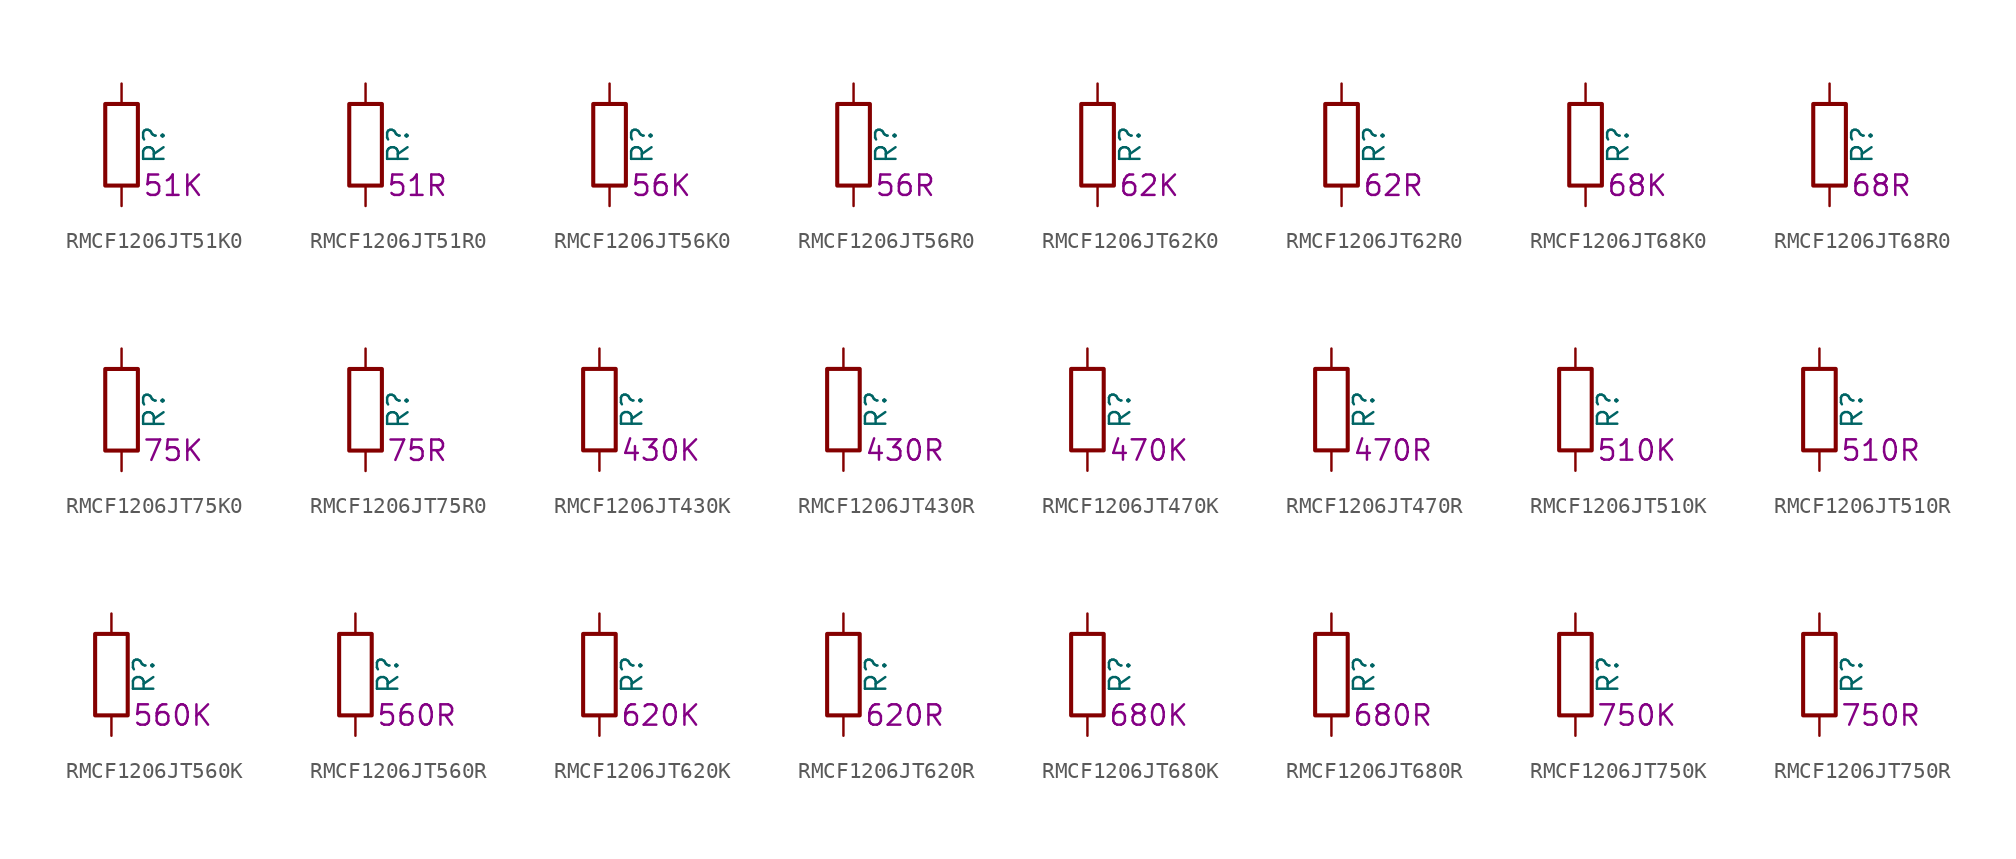
<source format=kicad_sym>
(kicad_symbol_lib
  (version 20220914)
  (generator kicad_symbol_editor)
  (symbol "RMCF1206JT51K0"
    (pin_numbers hide)
    (pin_names
      (offset 0))
    (property "Reference" "R"
      (at 2.032 0 90)
      (effects (font (size 1.27 1.27))))
    (property "Resistance" "51K"
      (at 1.27 -2.54 0)
      (effects (font (size 1.27 1.27)) (justify left)))
    (symbol "RMCF1206JT51K0_0_1"
      (rectangle (start -1.016 -2.54) (end 1.016 2.54) (stroke (width 0.254) (type default)) (fill (type none))))
    (symbol "RMCF1206JT51K0_1_1"
      (pin passive line (at 0 3.81 270) (length 1.27) (name "~" (effects (font (size 1.27 1.27)))) (number "1" (effects (font (size 1.27 1.27)))))
      (pin passive line (at 0 -3.81 90) (length 1.27) (name "~" (effects (font (size 1.27 1.27)))) (number "2" (effects (font (size 1.27 1.27)))))))
  (symbol "RMCF1206JT51R0"
    (pin_numbers hide)
    (pin_names
      (offset 0))
    (property "Reference" "R"
      (at 2.032 0 90)
      (effects (font (size 1.27 1.27))))
    (property "Resistance" "51R"
      (at 1.27 -2.54 0)
      (effects (font (size 1.27 1.27)) (justify left)))
    (symbol "RMCF1206JT51R0_0_1"
      (rectangle (start -1.016 -2.54) (end 1.016 2.54) (stroke (width 0.254) (type default)) (fill (type none))))
    (symbol "RMCF1206JT51R0_1_1"
      (pin passive line (at 0 3.81 270) (length 1.27) (name "~" (effects (font (size 1.27 1.27)))) (number "1" (effects (font (size 1.27 1.27)))))
      (pin passive line (at 0 -3.81 90) (length 1.27) (name "~" (effects (font (size 1.27 1.27)))) (number "2" (effects (font (size 1.27 1.27)))))))
  (symbol "RMCF1206JT56K0"
    (pin_numbers hide)
    (pin_names
      (offset 0))
    (property "Reference" "R"
      (at 2.032 0 90)
      (effects (font (size 1.27 1.27))))
    (property "Resistance" "56K"
      (at 1.27 -2.54 0)
      (effects (font (size 1.27 1.27)) (justify left)))
    (symbol "RMCF1206JT56K0_0_1"
      (rectangle (start -1.016 -2.54) (end 1.016 2.54) (stroke (width 0.254) (type default)) (fill (type none))))
    (symbol "RMCF1206JT56K0_1_1"
      (pin passive line (at 0 3.81 270) (length 1.27) (name "~" (effects (font (size 1.27 1.27)))) (number "1" (effects (font (size 1.27 1.27)))))
      (pin passive line (at 0 -3.81 90) (length 1.27) (name "~" (effects (font (size 1.27 1.27)))) (number "2" (effects (font (size 1.27 1.27)))))))
  (symbol "RMCF1206JT56R0"
    (pin_numbers hide)
    (pin_names
      (offset 0))
    (property "Reference" "R"
      (at 2.032 0 90)
      (effects (font (size 1.27 1.27))))
    (property "Resistance" "56R"
      (at 1.27 -2.54 0)
      (effects (font (size 1.27 1.27)) (justify left)))
    (symbol "RMCF1206JT56R0_0_1"
      (rectangle (start -1.016 -2.54) (end 1.016 2.54) (stroke (width 0.254) (type default)) (fill (type none))))
    (symbol "RMCF1206JT56R0_1_1"
      (pin passive line (at 0 3.81 270) (length 1.27) (name "~" (effects (font (size 1.27 1.27)))) (number "1" (effects (font (size 1.27 1.27)))))
      (pin passive line (at 0 -3.81 90) (length 1.27) (name "~" (effects (font (size 1.27 1.27)))) (number "2" (effects (font (size 1.27 1.27)))))))
  (symbol "RMCF1206JT62K0"
    (pin_numbers hide)
    (pin_names
      (offset 0))
    (property "Reference" "R"
      (at 2.032 0 90)
      (effects (font (size 1.27 1.27))))
    (property "Resistance" "62K"
      (at 1.27 -2.54 0)
      (effects (font (size 1.27 1.27)) (justify left)))
    (symbol "RMCF1206JT62K0_0_1"
      (rectangle (start -1.016 -2.54) (end 1.016 2.54) (stroke (width 0.254) (type default)) (fill (type none))))
    (symbol "RMCF1206JT62K0_1_1"
      (pin passive line (at 0 3.81 270) (length 1.27) (name "~" (effects (font (size 1.27 1.27)))) (number "1" (effects (font (size 1.27 1.27)))))
      (pin passive line (at 0 -3.81 90) (length 1.27) (name "~" (effects (font (size 1.27 1.27)))) (number "2" (effects (font (size 1.27 1.27)))))))
  (symbol "RMCF1206JT62R0"
    (pin_numbers hide)
    (pin_names
      (offset 0))
    (property "Reference" "R"
      (at 2.032 0 90)
      (effects (font (size 1.27 1.27))))
    (property "Resistance" "62R"
      (at 1.27 -2.54 0)
      (effects (font (size 1.27 1.27)) (justify left)))
    (symbol "RMCF1206JT62R0_0_1"
      (rectangle (start -1.016 -2.54) (end 1.016 2.54) (stroke (width 0.254) (type default)) (fill (type none))))
    (symbol "RMCF1206JT62R0_1_1"
      (pin passive line (at 0 3.81 270) (length 1.27) (name "~" (effects (font (size 1.27 1.27)))) (number "1" (effects (font (size 1.27 1.27)))))
      (pin passive line (at 0 -3.81 90) (length 1.27) (name "~" (effects (font (size 1.27 1.27)))) (number "2" (effects (font (size 1.27 1.27)))))))
  (symbol "RMCF1206JT68K0"
    (pin_numbers hide)
    (pin_names
      (offset 0))
    (property "Reference" "R"
      (at 2.032 0 90)
      (effects (font (size 1.27 1.27))))
    (property "Resistance" "68K"
      (at 1.27 -2.54 0)
      (effects (font (size 1.27 1.27)) (justify left)))
    (symbol "RMCF1206JT68K0_0_1"
      (rectangle (start -1.016 -2.54) (end 1.016 2.54) (stroke (width 0.254) (type default)) (fill (type none))))
    (symbol "RMCF1206JT68K0_1_1"
      (pin passive line (at 0 3.81 270) (length 1.27) (name "~" (effects (font (size 1.27 1.27)))) (number "1" (effects (font (size 1.27 1.27)))))
      (pin passive line (at 0 -3.81 90) (length 1.27) (name "~" (effects (font (size 1.27 1.27)))) (number "2" (effects (font (size 1.27 1.27)))))))
  (symbol "RMCF1206JT68R0"
    (pin_numbers hide)
    (pin_names
      (offset 0))
    (property "Reference" "R"
      (at 2.032 0 90)
      (effects (font (size 1.27 1.27))))
    (property "Resistance" "68R"
      (at 1.27 -2.54 0)
      (effects (font (size 1.27 1.27)) (justify left)))
    (symbol "RMCF1206JT68R0_0_1"
      (rectangle (start -1.016 -2.54) (end 1.016 2.54) (stroke (width 0.254) (type default)) (fill (type none))))
    (symbol "RMCF1206JT68R0_1_1"
      (pin passive line (at 0 3.81 270) (length 1.27) (name "~" (effects (font (size 1.27 1.27)))) (number "1" (effects (font (size 1.27 1.27)))))
      (pin passive line (at 0 -3.81 90) (length 1.27) (name "~" (effects (font (size 1.27 1.27)))) (number "2" (effects (font (size 1.27 1.27)))))))
  (symbol "RMCF1206JT75K0"
    (pin_numbers hide)
    (pin_names
      (offset 0))
    (property "Reference" "R"
      (at 2.032 0 90)
      (effects (font (size 1.27 1.27))))
    (property "Resistance" "75K"
      (at 1.27 -2.54 0)
      (effects (font (size 1.27 1.27)) (justify left)))
    (symbol "RMCF1206JT75K0_0_1"
      (rectangle (start -1.016 -2.54) (end 1.016 2.54) (stroke (width 0.254) (type default)) (fill (type none))))
    (symbol "RMCF1206JT75K0_1_1"
      (pin passive line (at 0 3.81 270) (length 1.27) (name "~" (effects (font (size 1.27 1.27)))) (number "1" (effects (font (size 1.27 1.27)))))
      (pin passive line (at 0 -3.81 90) (length 1.27) (name "~" (effects (font (size 1.27 1.27)))) (number "2" (effects (font (size 1.27 1.27)))))))
  (symbol "RMCF1206JT75R0"
    (pin_numbers hide)
    (pin_names
      (offset 0))
    (property "Reference" "R"
      (at 2.032 0 90)
      (effects (font (size 1.27 1.27))))
    (property "Resistance" "75R"
      (at 1.27 -2.54 0)
      (effects (font (size 1.27 1.27)) (justify left)))
    (symbol "RMCF1206JT75R0_0_1"
      (rectangle (start -1.016 -2.54) (end 1.016 2.54) (stroke (width 0.254) (type default)) (fill (type none))))
    (symbol "RMCF1206JT75R0_1_1"
      (pin passive line (at 0 3.81 270) (length 1.27) (name "~" (effects (font (size 1.27 1.27)))) (number "1" (effects (font (size 1.27 1.27)))))
      (pin passive line (at 0 -3.81 90) (length 1.27) (name "~" (effects (font (size 1.27 1.27)))) (number "2" (effects (font (size 1.27 1.27)))))))
  (symbol "RMCF1206JT430K"
    (pin_numbers hide)
    (pin_names
      (offset 0))
    (property "Reference" "R"
      (at 2.032 0 90)
      (effects (font (size 1.27 1.27))))
    (property "Resistance" "430K"
      (at 1.27 -2.54 0)
      (effects (font (size 1.27 1.27)) (justify left)))
    (symbol "RMCF1206JT430K_0_1"
      (rectangle (start -1.016 -2.54) (end 1.016 2.54) (stroke (width 0.254) (type default)) (fill (type none))))
    (symbol "RMCF1206JT430K_1_1"
      (pin passive line (at 0 3.81 270) (length 1.27) (name "~" (effects (font (size 1.27 1.27)))) (number "1" (effects (font (size 1.27 1.27)))))
      (pin passive line (at 0 -3.81 90) (length 1.27) (name "~" (effects (font (size 1.27 1.27)))) (number "2" (effects (font (size 1.27 1.27)))))))
  (symbol "RMCF1206JT430R"
    (pin_numbers hide)
    (pin_names
      (offset 0))
    (property "Reference" "R"
      (at 2.032 0 90)
      (effects (font (size 1.27 1.27))))
    (property "Resistance" "430R"
      (at 1.27 -2.54 0)
      (effects (font (size 1.27 1.27)) (justify left)))
    (symbol "RMCF1206JT430R_0_1"
      (rectangle (start -1.016 -2.54) (end 1.016 2.54) (stroke (width 0.254) (type default)) (fill (type none))))
    (symbol "RMCF1206JT430R_1_1"
      (pin passive line (at 0 3.81 270) (length 1.27) (name "~" (effects (font (size 1.27 1.27)))) (number "1" (effects (font (size 1.27 1.27)))))
      (pin passive line (at 0 -3.81 90) (length 1.27) (name "~" (effects (font (size 1.27 1.27)))) (number "2" (effects (font (size 1.27 1.27)))))))
  (symbol "RMCF1206JT470K"
    (pin_numbers hide)
    (pin_names
      (offset 0))
    (property "Reference" "R"
      (at 2.032 0 90)
      (effects (font (size 1.27 1.27))))
    (property "Resistance" "470K"
      (at 1.27 -2.54 0)
      (effects (font (size 1.27 1.27)) (justify left)))
    (symbol "RMCF1206JT470K_0_1"
      (rectangle (start -1.016 -2.54) (end 1.016 2.54) (stroke (width 0.254) (type default)) (fill (type none))))
    (symbol "RMCF1206JT470K_1_1"
      (pin passive line (at 0 3.81 270) (length 1.27) (name "~" (effects (font (size 1.27 1.27)))) (number "1" (effects (font (size 1.27 1.27)))))
      (pin passive line (at 0 -3.81 90) (length 1.27) (name "~" (effects (font (size 1.27 1.27)))) (number "2" (effects (font (size 1.27 1.27)))))))
  (symbol "RMCF1206JT470R"
    (pin_numbers hide)
    (pin_names
      (offset 0))
    (property "Reference" "R"
      (at 2.032 0 90)
      (effects (font (size 1.27 1.27))))
    (property "Resistance" "470R"
      (at 1.27 -2.54 0)
      (effects (font (size 1.27 1.27)) (justify left)))
    (symbol "RMCF1206JT470R_0_1"
      (rectangle (start -1.016 -2.54) (end 1.016 2.54) (stroke (width 0.254) (type default)) (fill (type none))))
    (symbol "RMCF1206JT470R_1_1"
      (pin passive line (at 0 3.81 270) (length 1.27) (name "~" (effects (font (size 1.27 1.27)))) (number "1" (effects (font (size 1.27 1.27)))))
      (pin passive line (at 0 -3.81 90) (length 1.27) (name "~" (effects (font (size 1.27 1.27)))) (number "2" (effects (font (size 1.27 1.27)))))))
  (symbol "RMCF1206JT510K"
    (pin_numbers hide)
    (pin_names
      (offset 0))
    (property "Reference" "R"
      (at 2.032 0 90)
      (effects (font (size 1.27 1.27))))
    (property "Resistance" "510K"
      (at 1.27 -2.54 0)
      (effects (font (size 1.27 1.27)) (justify left)))
    (symbol "RMCF1206JT510K_0_1"
      (rectangle (start -1.016 -2.54) (end 1.016 2.54) (stroke (width 0.254) (type default)) (fill (type none))))
    (symbol "RMCF1206JT510K_1_1"
      (pin passive line (at 0 3.81 270) (length 1.27) (name "~" (effects (font (size 1.27 1.27)))) (number "1" (effects (font (size 1.27 1.27)))))
      (pin passive line (at 0 -3.81 90) (length 1.27) (name "~" (effects (font (size 1.27 1.27)))) (number "2" (effects (font (size 1.27 1.27)))))))
  (symbol "RMCF1206JT510R"
    (pin_numbers hide)
    (pin_names
      (offset 0))
    (property "Reference" "R"
      (at 2.032 0 90)
      (effects (font (size 1.27 1.27))))
    (property "Resistance" "510R"
      (at 1.27 -2.54 0)
      (effects (font (size 1.27 1.27)) (justify left)))
    (symbol "RMCF1206JT510R_0_1"
      (rectangle (start -1.016 -2.54) (end 1.016 2.54) (stroke (width 0.254) (type default)) (fill (type none))))
    (symbol "RMCF1206JT510R_1_1"
      (pin passive line (at 0 3.81 270) (length 1.27) (name "~" (effects (font (size 1.27 1.27)))) (number "1" (effects (font (size 1.27 1.27)))))
      (pin passive line (at 0 -3.81 90) (length 1.27) (name "~" (effects (font (size 1.27 1.27)))) (number "2" (effects (font (size 1.27 1.27)))))))
  (symbol "RMCF1206JT560K"
    (pin_numbers hide)
    (pin_names
      (offset 0))
    (property "Reference" "R"
      (at 2.032 0 90)
      (effects (font (size 1.27 1.27))))
    (property "Resistance" "560K"
      (at 1.27 -2.54 0)
      (effects (font (size 1.27 1.27)) (justify left)))
    (symbol "RMCF1206JT560K_0_1"
      (rectangle (start -1.016 -2.54) (end 1.016 2.54) (stroke (width 0.254) (type default)) (fill (type none))))
    (symbol "RMCF1206JT560K_1_1"
      (pin passive line (at 0 3.81 270) (length 1.27) (name "~" (effects (font (size 1.27 1.27)))) (number "1" (effects (font (size 1.27 1.27)))))
      (pin passive line (at 0 -3.81 90) (length 1.27) (name "~" (effects (font (size 1.27 1.27)))) (number "2" (effects (font (size 1.27 1.27)))))))
  (symbol "RMCF1206JT560R"
    (pin_numbers hide)
    (pin_names
      (offset 0))
    (property "Reference" "R"
      (at 2.032 0 90)
      (effects (font (size 1.27 1.27))))
    (property "Resistance" "560R"
      (at 1.27 -2.54 0)
      (effects (font (size 1.27 1.27)) (justify left)))
    (symbol "RMCF1206JT560R_0_1"
      (rectangle (start -1.016 -2.54) (end 1.016 2.54) (stroke (width 0.254) (type default)) (fill (type none))))
    (symbol "RMCF1206JT560R_1_1"
      (pin passive line (at 0 3.81 270) (length 1.27) (name "~" (effects (font (size 1.27 1.27)))) (number "1" (effects (font (size 1.27 1.27)))))
      (pin passive line (at 0 -3.81 90) (length 1.27) (name "~" (effects (font (size 1.27 1.27)))) (number "2" (effects (font (size 1.27 1.27)))))))
  (symbol "RMCF1206JT620K"
    (pin_numbers hide)
    (pin_names
      (offset 0))
    (property "Reference" "R"
      (at 2.032 0 90)
      (effects (font (size 1.27 1.27))))
    (property "Resistance" "620K"
      (at 1.27 -2.54 0)
      (effects (font (size 1.27 1.27)) (justify left)))
    (symbol "RMCF1206JT620K_0_1"
      (rectangle (start -1.016 -2.54) (end 1.016 2.54) (stroke (width 0.254) (type default)) (fill (type none))))
    (symbol "RMCF1206JT620K_1_1"
      (pin passive line (at 0 3.81 270) (length 1.27) (name "~" (effects (font (size 1.27 1.27)))) (number "1" (effects (font (size 1.27 1.27)))))
      (pin passive line (at 0 -3.81 90) (length 1.27) (name "~" (effects (font (size 1.27 1.27)))) (number "2" (effects (font (size 1.27 1.27)))))))
  (symbol "RMCF1206JT620R"
    (pin_numbers hide)
    (pin_names
      (offset 0))
    (property "Reference" "R"
      (at 2.032 0 90)
      (effects (font (size 1.27 1.27))))
    (property "Resistance" "620R"
      (at 1.27 -2.54 0)
      (effects (font (size 1.27 1.27)) (justify left)))
    (symbol "RMCF1206JT620R_0_1"
      (rectangle (start -1.016 -2.54) (end 1.016 2.54) (stroke (width 0.254) (type default)) (fill (type none))))
    (symbol "RMCF1206JT620R_1_1"
      (pin passive line (at 0 3.81 270) (length 1.27) (name "~" (effects (font (size 1.27 1.27)))) (number "1" (effects (font (size 1.27 1.27)))))
      (pin passive line (at 0 -3.81 90) (length 1.27) (name "~" (effects (font (size 1.27 1.27)))) (number "2" (effects (font (size 1.27 1.27)))))))
  (symbol "RMCF1206JT680K"
    (pin_numbers hide)
    (pin_names
      (offset 0))
    (property "Reference" "R"
      (at 2.032 0 90)
      (effects (font (size 1.27 1.27))))
    (property "Resistance" "680K"
      (at 1.27 -2.54 0)
      (effects (font (size 1.27 1.27)) (justify left)))
    (symbol "RMCF1206JT680K_0_1"
      (rectangle (start -1.016 -2.54) (end 1.016 2.54) (stroke (width 0.254) (type default)) (fill (type none))))
    (symbol "RMCF1206JT680K_1_1"
      (pin passive line (at 0 3.81 270) (length 1.27) (name "~" (effects (font (size 1.27 1.27)))) (number "1" (effects (font (size 1.27 1.27)))))
      (pin passive line (at 0 -3.81 90) (length 1.27) (name "~" (effects (font (size 1.27 1.27)))) (number "2" (effects (font (size 1.27 1.27)))))))
  (symbol "RMCF1206JT680R"
    (pin_numbers hide)
    (pin_names
      (offset 0))
    (property "Reference" "R"
      (at 2.032 0 90)
      (effects (font (size 1.27 1.27))))
    (property "Resistance" "680R"
      (at 1.27 -2.54 0)
      (effects (font (size 1.27 1.27)) (justify left)))
    (symbol "RMCF1206JT680R_0_1"
      (rectangle (start -1.016 -2.54) (end 1.016 2.54) (stroke (width 0.254) (type default)) (fill (type none))))
    (symbol "RMCF1206JT680R_1_1"
      (pin passive line (at 0 3.81 270) (length 1.27) (name "~" (effects (font (size 1.27 1.27)))) (number "1" (effects (font (size 1.27 1.27)))))
      (pin passive line (at 0 -3.81 90) (length 1.27) (name "~" (effects (font (size 1.27 1.27)))) (number "2" (effects (font (size 1.27 1.27)))))))
  (symbol "RMCF1206JT750K"
    (pin_numbers hide)
    (pin_names
      (offset 0))
    (property "Reference" "R"
      (at 2.032 0 90)
      (effects (font (size 1.27 1.27))))
    (property "Resistance" "750K"
      (at 1.27 -2.54 0)
      (effects (font (size 1.27 1.27)) (justify left)))
    (symbol "RMCF1206JT750K_0_1"
      (rectangle (start -1.016 -2.54) (end 1.016 2.54) (stroke (width 0.254) (type default)) (fill (type none))))
    (symbol "RMCF1206JT750K_1_1"
      (pin passive line (at 0 3.81 270) (length 1.27) (name "~" (effects (font (size 1.27 1.27)))) (number "1" (effects (font (size 1.27 1.27)))))
      (pin passive line (at 0 -3.81 90) (length 1.27) (name "~" (effects (font (size 1.27 1.27)))) (number "2" (effects (font (size 1.27 1.27)))))))
  (symbol "RMCF1206JT750R"
    (pin_numbers hide)
    (pin_names
      (offset 0))
    (property "Reference" "R"
      (at 2.032 0 90)
      (effects (font (size 1.27 1.27))))
    (property "Resistance" "750R"
      (at 1.27 -2.54 0)
      (effects (font (size 1.27 1.27)) (justify left)))
    (symbol "RMCF1206JT750R_0_1"
      (rectangle (start -1.016 -2.54) (end 1.016 2.54) (stroke (width 0.254) (type default)) (fill (type none))))
    (symbol "RMCF1206JT750R_1_1"
      (pin passive line (at 0 3.81 270) (length 1.27) (name "~" (effects (font (size 1.27 1.27)))) (number "1" (effects (font (size 1.27 1.27)))))
      (pin passive line (at 0 -3.81 90) (length 1.27) (name "~" (effects (font (size 1.27 1.27)))) (number "2" (effects (font (size 1.27 1.27))))))))
</source>
